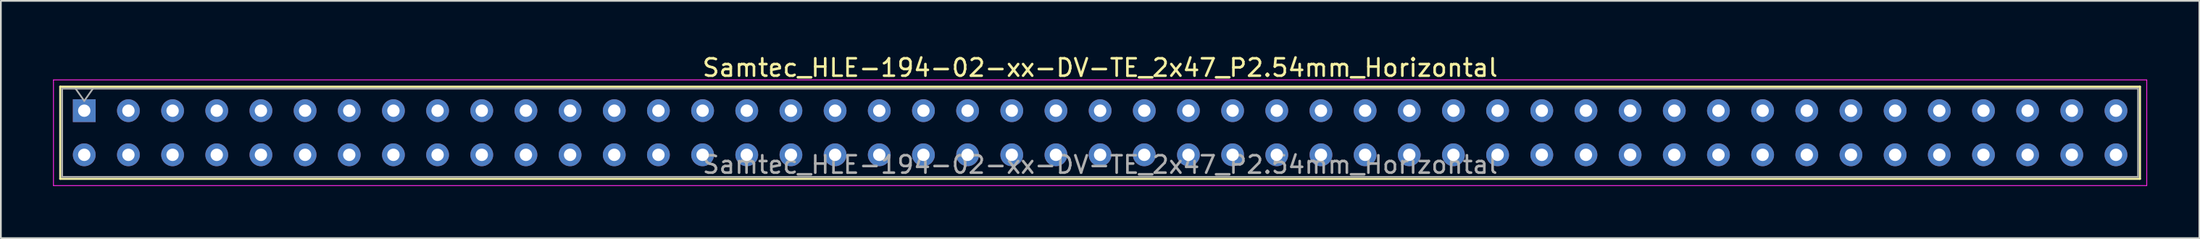
<source format=kicad_pcb>
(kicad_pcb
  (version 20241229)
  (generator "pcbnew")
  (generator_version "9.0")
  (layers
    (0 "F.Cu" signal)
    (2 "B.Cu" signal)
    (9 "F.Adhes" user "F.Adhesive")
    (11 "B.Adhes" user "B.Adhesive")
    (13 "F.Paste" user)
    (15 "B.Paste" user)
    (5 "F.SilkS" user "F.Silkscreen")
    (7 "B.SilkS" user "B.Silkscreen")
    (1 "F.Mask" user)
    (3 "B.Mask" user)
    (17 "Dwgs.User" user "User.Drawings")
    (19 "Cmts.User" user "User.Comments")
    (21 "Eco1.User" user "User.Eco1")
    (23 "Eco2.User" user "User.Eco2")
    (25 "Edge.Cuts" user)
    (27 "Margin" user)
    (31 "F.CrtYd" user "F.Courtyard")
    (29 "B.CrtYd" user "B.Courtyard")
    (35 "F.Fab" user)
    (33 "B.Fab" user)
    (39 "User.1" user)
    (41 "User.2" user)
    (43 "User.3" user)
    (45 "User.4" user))
  (footprint "Samtec_HLE-194-02-xx-DV-TE_2x47_P2.54mm_Horizontal"
    (layer "F.Cu")
    (at 1.795 3.318)
    (property "Reference" "Samtec_HLE-194-02-xx-DV-TE_2x47_P2.54mm_Horizontal" (at 58.42 -2.47 0) (layer "F.SilkS") (effects (font (size 1 1) (thickness 0.15))))
    (attr through_hole)
    (fp_line (start -1.38 -1.38) (end 118.22 -1.38) (stroke (width 0.12) (type solid)) (layer "F.SilkS"))
    (fp_line (start -1.38 3.92) (end -1.38 -1.38) (stroke (width 0.12) (type solid)) (layer "F.SilkS"))
    (fp_line (start 118.22 -1.38) (end 118.22 3.92) (stroke (width 0.12) (type solid)) (layer "F.SilkS"))
    (fp_line (start 118.22 3.92) (end -1.38 3.92) (stroke (width 0.12) (type solid)) (layer "F.SilkS"))
    (fp_line (start -1.77 -1.77) (end 118.61 -1.77) (stroke (width 0.05) (type solid)) (layer "F.CrtYd"))
    (fp_line (start -1.77 4.31) (end -1.77 -1.77) (stroke (width 0.05) (type solid)) (layer "F.CrtYd"))
    (fp_line (start 118.61 -1.77) (end 118.61 4.31) (stroke (width 0.05) (type solid)) (layer "F.CrtYd"))
    (fp_line (start 118.61 4.31) (end -1.77 4.31) (stroke (width 0.05) (type solid)) (layer "F.CrtYd"))
    (fp_line (start -1.27 -1.27) (end 118.11 -1.27) (stroke (width 0.1) (type solid)) (layer "F.Fab"))
    (fp_line (start -1.27 3.81) (end -1.27 -1.27) (stroke (width 0.1) (type solid)) (layer "F.Fab"))
    (fp_line (start -0.5 -1.27) (end 0 -0.563) (stroke (width 0.1) (type solid)) (layer "F.Fab"))
    (fp_line (start 0 -0.563) (end 0.5 -1.27) (stroke (width 0.1) (type solid)) (layer "F.Fab"))
    (fp_line (start 118.11 -1.27) (end 118.11 3.81) (stroke (width 0.1) (type solid)) (layer "F.Fab"))
    (fp_line (start 118.11 3.81) (end -1.27 3.81) (stroke (width 0.1) (type solid)) (layer "F.Fab"))
    (fp_text user "${REFERENCE}" (at 58.42 3.11 0) (layer "F.Fab") (effects (font (size 1 1) (thickness 0.15))))
    (pad "1" thru_hole rect (at 0 0) (size 1.31 1.31) (drill 0.71) (layers "*.Cu" "*.Mask"))
    (pad "2" thru_hole circle (at 0 2.54) (size 1.31 1.31) (drill 0.71) (layers "*.Cu" "*.Mask"))
    (pad "3" thru_hole circle (at 2.54 0) (size 1.31 1.31) (drill 0.71) (layers "*.Cu" "*.Mask"))
    (pad "4" thru_hole circle (at 2.54 2.54) (size 1.31 1.31) (drill 0.71) (layers "*.Cu" "*.Mask"))
    (pad "5" thru_hole circle (at 5.08 0) (size 1.31 1.31) (drill 0.71) (layers "*.Cu" "*.Mask"))
    (pad "6" thru_hole circle (at 5.08 2.54) (size 1.31 1.31) (drill 0.71) (layers "*.Cu" "*.Mask"))
    (pad "7" thru_hole circle (at 7.62 0) (size 1.31 1.31) (drill 0.71) (layers "*.Cu" "*.Mask"))
    (pad "8" thru_hole circle (at 7.62 2.54) (size 1.31 1.31) (drill 0.71) (layers "*.Cu" "*.Mask"))
    (pad "9" thru_hole circle (at 10.16 0) (size 1.31 1.31) (drill 0.71) (layers "*.Cu" "*.Mask"))
    (pad "10" thru_hole circle (at 10.16 2.54) (size 1.31 1.31) (drill 0.71) (layers "*.Cu" "*.Mask"))
    (pad "11" thru_hole circle (at 12.7 0) (size 1.31 1.31) (drill 0.71) (layers "*.Cu" "*.Mask"))
    (pad "12" thru_hole circle (at 12.7 2.54) (size 1.31 1.31) (drill 0.71) (layers "*.Cu" "*.Mask"))
    (pad "13" thru_hole circle (at 15.24 0) (size 1.31 1.31) (drill 0.71) (layers "*.Cu" "*.Mask"))
    (pad "14" thru_hole circle (at 15.24 2.54) (size 1.31 1.31) (drill 0.71) (layers "*.Cu" "*.Mask"))
    (pad "15" thru_hole circle (at 17.78 0) (size 1.31 1.31) (drill 0.71) (layers "*.Cu" "*.Mask"))
    (pad "16" thru_hole circle (at 17.78 2.54) (size 1.31 1.31) (drill 0.71) (layers "*.Cu" "*.Mask"))
    (pad "17" thru_hole circle (at 20.32 0) (size 1.31 1.31) (drill 0.71) (layers "*.Cu" "*.Mask"))
    (pad "18" thru_hole circle (at 20.32 2.54) (size 1.31 1.31) (drill 0.71) (layers "*.Cu" "*.Mask"))
    (pad "19" thru_hole circle (at 22.86 0) (size 1.31 1.31) (drill 0.71) (layers "*.Cu" "*.Mask"))
    (pad "20" thru_hole circle (at 22.86 2.54) (size 1.31 1.31) (drill 0.71) (layers "*.Cu" "*.Mask"))
    (pad "21" thru_hole circle (at 25.4 0) (size 1.31 1.31) (drill 0.71) (layers "*.Cu" "*.Mask"))
    (pad "22" thru_hole circle (at 25.4 2.54) (size 1.31 1.31) (drill 0.71) (layers "*.Cu" "*.Mask"))
    (pad "23" thru_hole circle (at 27.94 0) (size 1.31 1.31) (drill 0.71) (layers "*.Cu" "*.Mask"))
    (pad "24" thru_hole circle (at 27.94 2.54) (size 1.31 1.31) (drill 0.71) (layers "*.Cu" "*.Mask"))
    (pad "25" thru_hole circle (at 30.48 0) (size 1.31 1.31) (drill 0.71) (layers "*.Cu" "*.Mask"))
    (pad "26" thru_hole circle (at 30.48 2.54) (size 1.31 1.31) (drill 0.71) (layers "*.Cu" "*.Mask"))
    (pad "27" thru_hole circle (at 33.02 0) (size 1.31 1.31) (drill 0.71) (layers "*.Cu" "*.Mask"))
    (pad "28" thru_hole circle (at 33.02 2.54) (size 1.31 1.31) (drill 0.71) (layers "*.Cu" "*.Mask"))
    (pad "29" thru_hole circle (at 35.56 0) (size 1.31 1.31) (drill 0.71) (layers "*.Cu" "*.Mask"))
    (pad "30" thru_hole circle (at 35.56 2.54) (size 1.31 1.31) (drill 0.71) (layers "*.Cu" "*.Mask"))
    (pad "31" thru_hole circle (at 38.1 0) (size 1.31 1.31) (drill 0.71) (layers "*.Cu" "*.Mask"))
    (pad "32" thru_hole circle (at 38.1 2.54) (size 1.31 1.31) (drill 0.71) (layers "*.Cu" "*.Mask"))
    (pad "33" thru_hole circle (at 40.64 0) (size 1.31 1.31) (drill 0.71) (layers "*.Cu" "*.Mask"))
    (pad "34" thru_hole circle (at 40.64 2.54) (size 1.31 1.31) (drill 0.71) (layers "*.Cu" "*.Mask"))
    (pad "35" thru_hole circle (at 43.18 0) (size 1.31 1.31) (drill 0.71) (layers "*.Cu" "*.Mask"))
    (pad "36" thru_hole circle (at 43.18 2.54) (size 1.31 1.31) (drill 0.71) (layers "*.Cu" "*.Mask"))
    (pad "37" thru_hole circle (at 45.72 0) (size 1.31 1.31) (drill 0.71) (layers "*.Cu" "*.Mask"))
    (pad "38" thru_hole circle (at 45.72 2.54) (size 1.31 1.31) (drill 0.71) (layers "*.Cu" "*.Mask"))
    (pad "39" thru_hole circle (at 48.26 0) (size 1.31 1.31) (drill 0.71) (layers "*.Cu" "*.Mask"))
    (pad "40" thru_hole circle (at 48.26 2.54) (size 1.31 1.31) (drill 0.71) (layers "*.Cu" "*.Mask"))
    (pad "41" thru_hole circle (at 50.8 0) (size 1.31 1.31) (drill 0.71) (layers "*.Cu" "*.Mask"))
    (pad "42" thru_hole circle (at 50.8 2.54) (size 1.31 1.31) (drill 0.71) (layers "*.Cu" "*.Mask"))
    (pad "43" thru_hole circle (at 53.34 0) (size 1.31 1.31) (drill 0.71) (layers "*.Cu" "*.Mask"))
    (pad "44" thru_hole circle (at 53.34 2.54) (size 1.31 1.31) (drill 0.71) (layers "*.Cu" "*.Mask"))
    (pad "45" thru_hole circle (at 55.88 0) (size 1.31 1.31) (drill 0.71) (layers "*.Cu" "*.Mask"))
    (pad "46" thru_hole circle (at 55.88 2.54) (size 1.31 1.31) (drill 0.71) (layers "*.Cu" "*.Mask"))
    (pad "47" thru_hole circle (at 58.42 0) (size 1.31 1.31) (drill 0.71) (layers "*.Cu" "*.Mask"))
    (pad "48" thru_hole circle (at 58.42 2.54) (size 1.31 1.31) (drill 0.71) (layers "*.Cu" "*.Mask"))
    (pad "49" thru_hole circle (at 60.96 0) (size 1.31 1.31) (drill 0.71) (layers "*.Cu" "*.Mask"))
    (pad "50" thru_hole circle (at 60.96 2.54) (size 1.31 1.31) (drill 0.71) (layers "*.Cu" "*.Mask"))
    (pad "51" thru_hole circle (at 63.5 0) (size 1.31 1.31) (drill 0.71) (layers "*.Cu" "*.Mask"))
    (pad "52" thru_hole circle (at 63.5 2.54) (size 1.31 1.31) (drill 0.71) (layers "*.Cu" "*.Mask"))
    (pad "53" thru_hole circle (at 66.04 0) (size 1.31 1.31) (drill 0.71) (layers "*.Cu" "*.Mask"))
    (pad "54" thru_hole circle (at 66.04 2.54) (size 1.31 1.31) (drill 0.71) (layers "*.Cu" "*.Mask"))
    (pad "55" thru_hole circle (at 68.58 0) (size 1.31 1.31) (drill 0.71) (layers "*.Cu" "*.Mask"))
    (pad "56" thru_hole circle (at 68.58 2.54) (size 1.31 1.31) (drill 0.71) (layers "*.Cu" "*.Mask"))
    (pad "57" thru_hole circle (at 71.12 0) (size 1.31 1.31) (drill 0.71) (layers "*.Cu" "*.Mask"))
    (pad "58" thru_hole circle (at 71.12 2.54) (size 1.31 1.31) (drill 0.71) (layers "*.Cu" "*.Mask"))
    (pad "59" thru_hole circle (at 73.66 0) (size 1.31 1.31) (drill 0.71) (layers "*.Cu" "*.Mask"))
    (pad "60" thru_hole circle (at 73.66 2.54) (size 1.31 1.31) (drill 0.71) (layers "*.Cu" "*.Mask"))
    (pad "61" thru_hole circle (at 76.2 0) (size 1.31 1.31) (drill 0.71) (layers "*.Cu" "*.Mask"))
    (pad "62" thru_hole circle (at 76.2 2.54) (size 1.31 1.31) (drill 0.71) (layers "*.Cu" "*.Mask"))
    (pad "63" thru_hole circle (at 78.74 0) (size 1.31 1.31) (drill 0.71) (layers "*.Cu" "*.Mask"))
    (pad "64" thru_hole circle (at 78.74 2.54) (size 1.31 1.31) (drill 0.71) (layers "*.Cu" "*.Mask"))
    (pad "65" thru_hole circle (at 81.28 0) (size 1.31 1.31) (drill 0.71) (layers "*.Cu" "*.Mask"))
    (pad "66" thru_hole circle (at 81.28 2.54) (size 1.31 1.31) (drill 0.71) (layers "*.Cu" "*.Mask"))
    (pad "67" thru_hole circle (at 83.82 0) (size 1.31 1.31) (drill 0.71) (layers "*.Cu" "*.Mask"))
    (pad "68" thru_hole circle (at 83.82 2.54) (size 1.31 1.31) (drill 0.71) (layers "*.Cu" "*.Mask"))
    (pad "69" thru_hole circle (at 86.36 0) (size 1.31 1.31) (drill 0.71) (layers "*.Cu" "*.Mask"))
    (pad "70" thru_hole circle (at 86.36 2.54) (size 1.31 1.31) (drill 0.71) (layers "*.Cu" "*.Mask"))
    (pad "71" thru_hole circle (at 88.9 0) (size 1.31 1.31) (drill 0.71) (layers "*.Cu" "*.Mask"))
    (pad "72" thru_hole circle (at 88.9 2.54) (size 1.31 1.31) (drill 0.71) (layers "*.Cu" "*.Mask"))
    (pad "73" thru_hole circle (at 91.44 0) (size 1.31 1.31) (drill 0.71) (layers "*.Cu" "*.Mask"))
    (pad "74" thru_hole circle (at 91.44 2.54) (size 1.31 1.31) (drill 0.71) (layers "*.Cu" "*.Mask"))
    (pad "75" thru_hole circle (at 93.98 0) (size 1.31 1.31) (drill 0.71) (layers "*.Cu" "*.Mask"))
    (pad "76" thru_hole circle (at 93.98 2.54) (size 1.31 1.31) (drill 0.71) (layers "*.Cu" "*.Mask"))
    (pad "77" thru_hole circle (at 96.52 0) (size 1.31 1.31) (drill 0.71) (layers "*.Cu" "*.Mask"))
    (pad "78" thru_hole circle (at 96.52 2.54) (size 1.31 1.31) (drill 0.71) (layers "*.Cu" "*.Mask"))
    (pad "79" thru_hole circle (at 99.06 0) (size 1.31 1.31) (drill 0.71) (layers "*.Cu" "*.Mask"))
    (pad "80" thru_hole circle (at 99.06 2.54) (size 1.31 1.31) (drill 0.71) (layers "*.Cu" "*.Mask"))
    (pad "81" thru_hole circle (at 101.6 0) (size 1.31 1.31) (drill 0.71) (layers "*.Cu" "*.Mask"))
    (pad "82" thru_hole circle (at 101.6 2.54) (size 1.31 1.31) (drill 0.71) (layers "*.Cu" "*.Mask"))
    (pad "83" thru_hole circle (at 104.14 0) (size 1.31 1.31) (drill 0.71) (layers "*.Cu" "*.Mask"))
    (pad "84" thru_hole circle (at 104.14 2.54) (size 1.31 1.31) (drill 0.71) (layers "*.Cu" "*.Mask"))
    (pad "85" thru_hole circle (at 106.68 0) (size 1.31 1.31) (drill 0.71) (layers "*.Cu" "*.Mask"))
    (pad "86" thru_hole circle (at 106.68 2.54) (size 1.31 1.31) (drill 0.71) (layers "*.Cu" "*.Mask"))
    (pad "87" thru_hole circle (at 109.22 0) (size 1.31 1.31) (drill 0.71) (layers "*.Cu" "*.Mask"))
    (pad "88" thru_hole circle (at 109.22 2.54) (size 1.31 1.31) (drill 0.71) (layers "*.Cu" "*.Mask"))
    (pad "89" thru_hole circle (at 111.76 0) (size 1.31 1.31) (drill 0.71) (layers "*.Cu" "*.Mask"))
    (pad "90" thru_hole circle (at 111.76 2.54) (size 1.31 1.31) (drill 0.71) (layers "*.Cu" "*.Mask"))
    (pad "91" thru_hole circle (at 114.3 0) (size 1.31 1.31) (drill 0.71) (layers "*.Cu" "*.Mask"))
    (pad "92" thru_hole circle (at 114.3 2.54) (size 1.31 1.31) (drill 0.71) (layers "*.Cu" "*.Mask"))
    (pad "93" thru_hole circle (at 116.84 0) (size 1.31 1.31) (drill 0.71) (layers "*.Cu" "*.Mask"))
    (pad "94" thru_hole circle (at 116.84 2.54) (size 1.31 1.31) (drill 0.71) (layers "*.Cu" "*.Mask")))
  (gr_rect
    (start -3 -3)
    (end 123.43 10.653)
    (stroke (width 0.1) (type default))
    (fill no)
    (layer "Edge.Cuts")))
</source>
